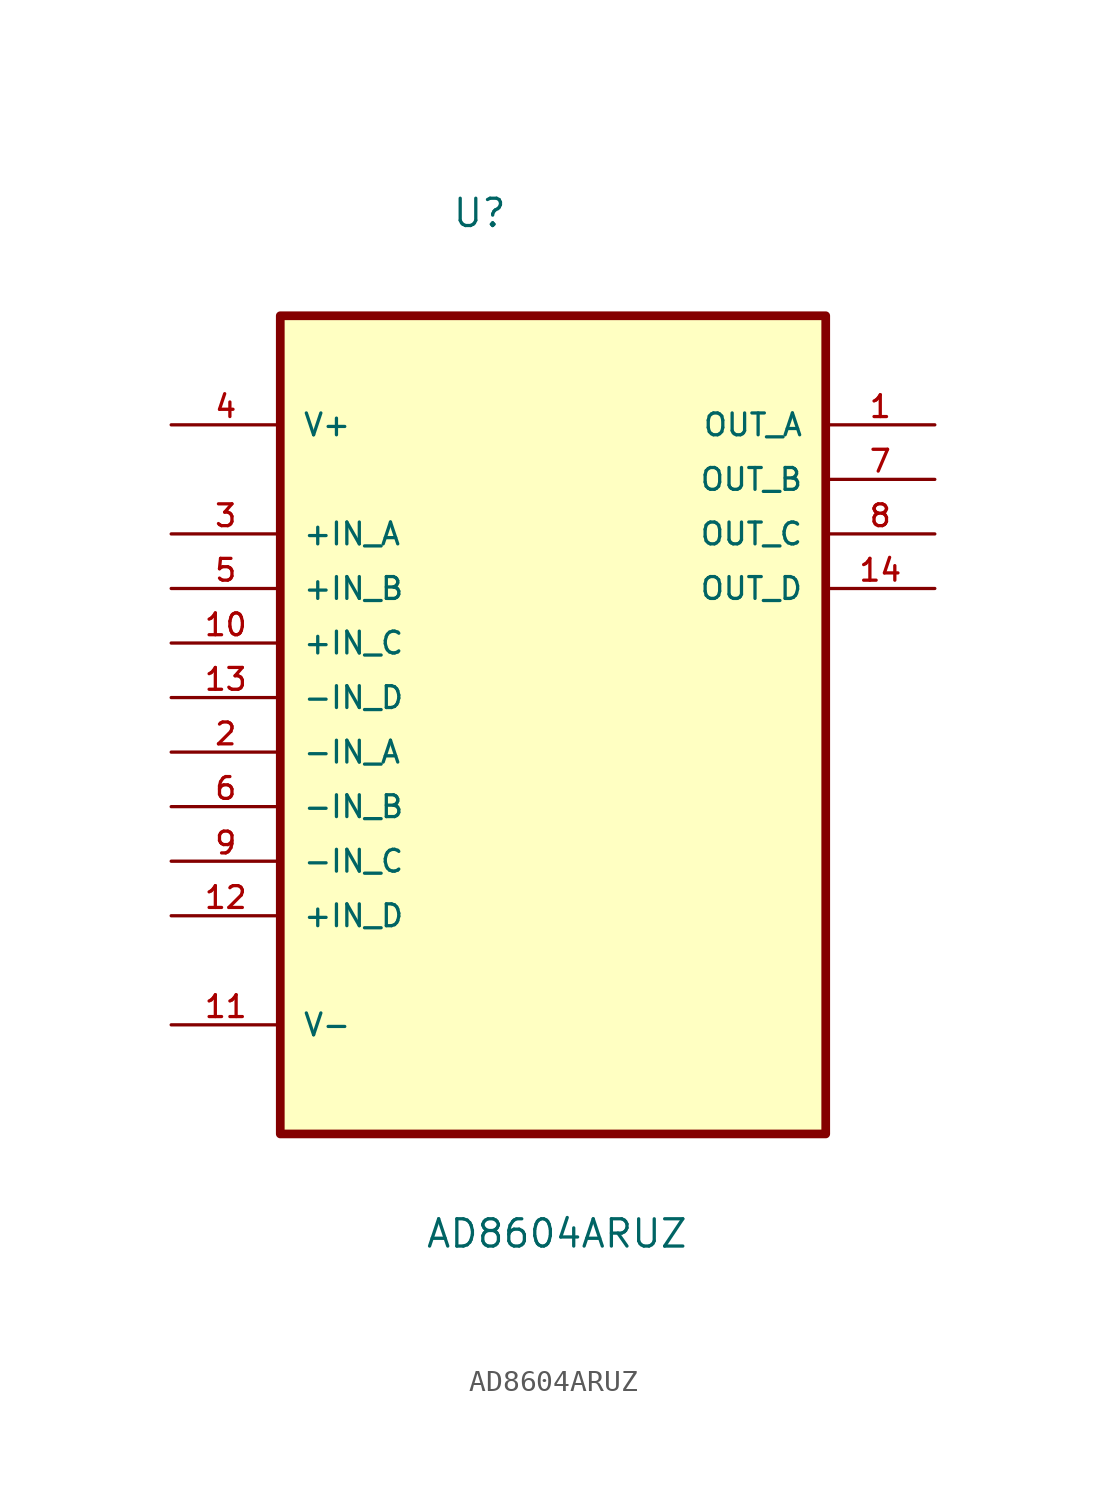
<source format=kicad_sym>
(kicad_symbol_lib
  (version 20211014)
  (generator kicad_symbol_editor)
  (symbol "AD8604ARUZ"
    (pin_names
      (offset 1.016))
    (property "Reference" "U"
      (at -4.724 19.279 0.0)
      (effects (font (size 1.27 1.27)) (justify bottom left)))
    (property "Value" "AD8604ARUZ"
      (at -5.969 -28.245 0.0)
      (effects (font (size 1.27 1.27)) (justify bottom left)))
    (symbol "AD8604ARUZ_0_0"
      (rectangle (start -12.7 -22.86) (end 12.7 15.24) (stroke (width 0.406)) (fill (type background)))
      (pin power_in line (at -17.78 10.16 0) (length 5.08) (name "V+" (effects (font (size 1.016 1.016)))) (number "4" (effects (font (size 1.016 1.016)))))
      (pin input line (at -17.78 5.08 0) (length 5.08) (name "+IN_A" (effects (font (size 1.016 1.016)))) (number "3" (effects (font (size 1.016 1.016)))))
      (pin input line (at -17.78 2.54 0) (length 5.08) (name "+IN_B" (effects (font (size 1.016 1.016)))) (number "5" (effects (font (size 1.016 1.016)))))
      (pin input line (at -17.78 0.0 0) (length 5.08) (name "+IN_C" (effects (font (size 1.016 1.016)))) (number "10" (effects (font (size 1.016 1.016)))))
      (pin input line (at -17.78 -2.54 0) (length 5.08) (name "-IN_D" (effects (font (size 1.016 1.016)))) (number "13" (effects (font (size 1.016 1.016)))))
      (pin input line (at -17.78 -5.08 0) (length 5.08) (name "-IN_A" (effects (font (size 1.016 1.016)))) (number "2" (effects (font (size 1.016 1.016)))))
      (pin input line (at -17.78 -7.62 0) (length 5.08) (name "-IN_B" (effects (font (size 1.016 1.016)))) (number "6" (effects (font (size 1.016 1.016)))))
      (pin input line (at -17.78 -10.16 0) (length 5.08) (name "-IN_C" (effects (font (size 1.016 1.016)))) (number "9" (effects (font (size 1.016 1.016)))))
      (pin input line (at -17.78 -12.7 0) (length 5.08) (name "+IN_D" (effects (font (size 1.016 1.016)))) (number "12" (effects (font (size 1.016 1.016)))))
      (pin power_in line (at -17.78 -17.78 0) (length 5.08) (name "V-" (effects (font (size 1.016 1.016)))) (number "11" (effects (font (size 1.016 1.016)))))
      (pin output line (at 17.78 10.16 180.0) (length 5.08) (name "OUT_A" (effects (font (size 1.016 1.016)))) (number "1" (effects (font (size 1.016 1.016)))))
      (pin output line (at 17.78 7.62 180.0) (length 5.08) (name "OUT_B" (effects (font (size 1.016 1.016)))) (number "7" (effects (font (size 1.016 1.016)))))
      (pin output line (at 17.78 5.08 180.0) (length 5.08) (name "OUT_C" (effects (font (size 1.016 1.016)))) (number "8" (effects (font (size 1.016 1.016)))))
      (pin output line (at 17.78 2.54 180.0) (length 5.08) (name "OUT_D" (effects (font (size 1.016 1.016)))) (number "14" (effects (font (size 1.016 1.016))))))))
</source>
